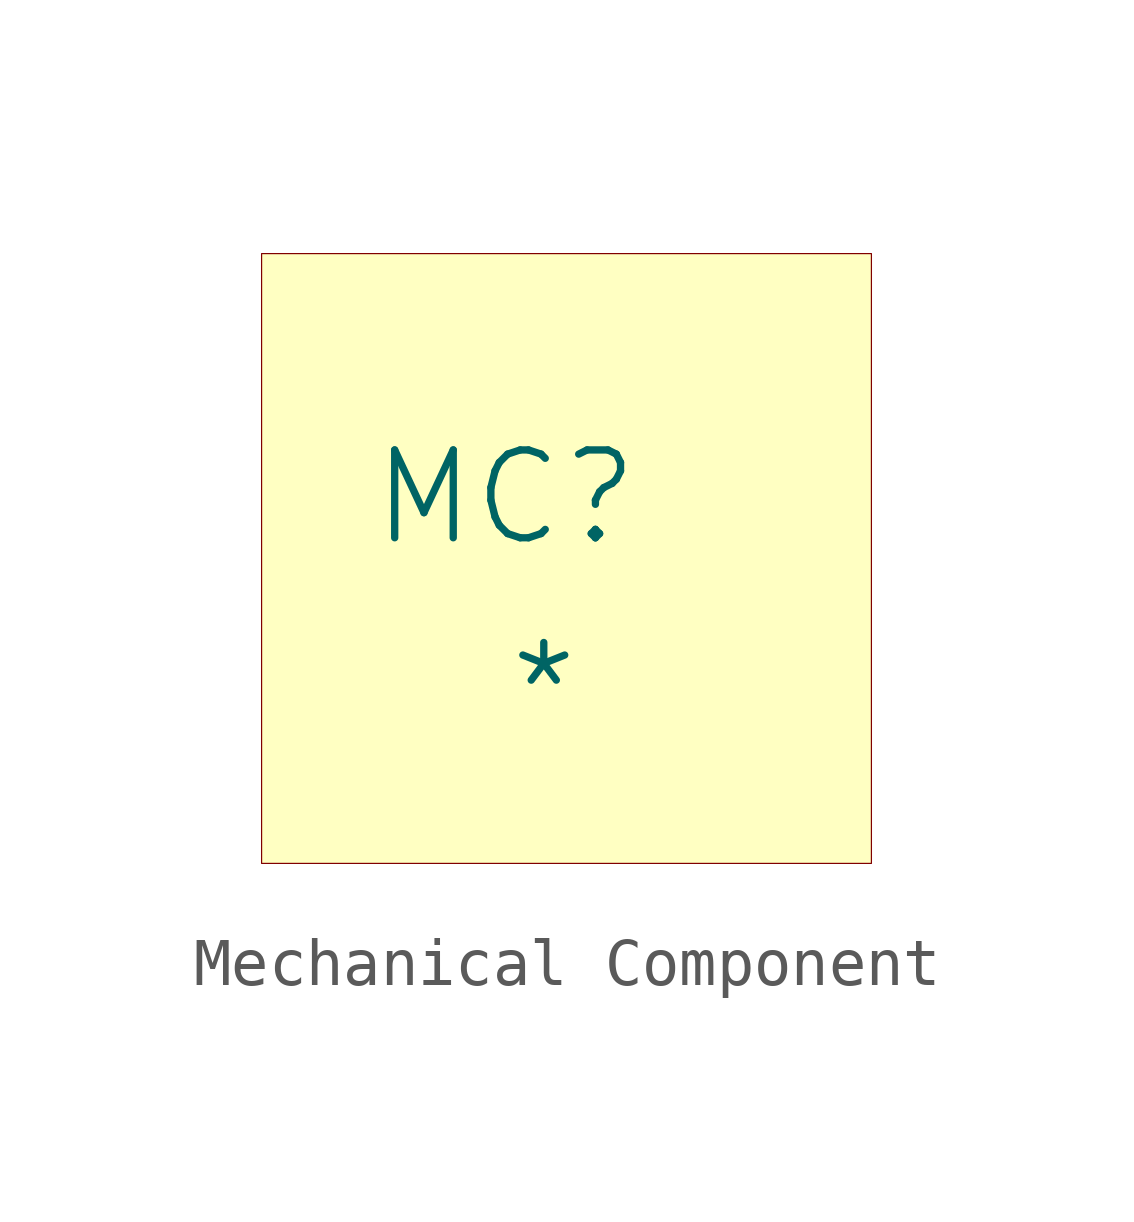
<source format=kicad_sym>
(kicad_symbol_lib
  (version 20241209)
  (generator "kicad_symbol_editor")
  (generator_version "9.0")
  (symbol "Mechanical Component"
    (pin_numbers
      (hide yes))
    (pin_names
      (hide yes))
    (property "Reference" "MC"
      (at -1.27 1.27 0)
      (effects (font (size 1.829 1.829))))
    (property "Value" "*"
      (at -1.27 -3.81 0)
      (effects (font (size 1.829 1.829)) (justify left bottom)))
    (symbol "Mechanical Component_1_0"
      (rectangle (start 6.35 6.35) (end -6.35 -6.35) (stroke (width 0.025) (type solid) (color 128 0 0 1)) (fill (type background))))))
</source>
